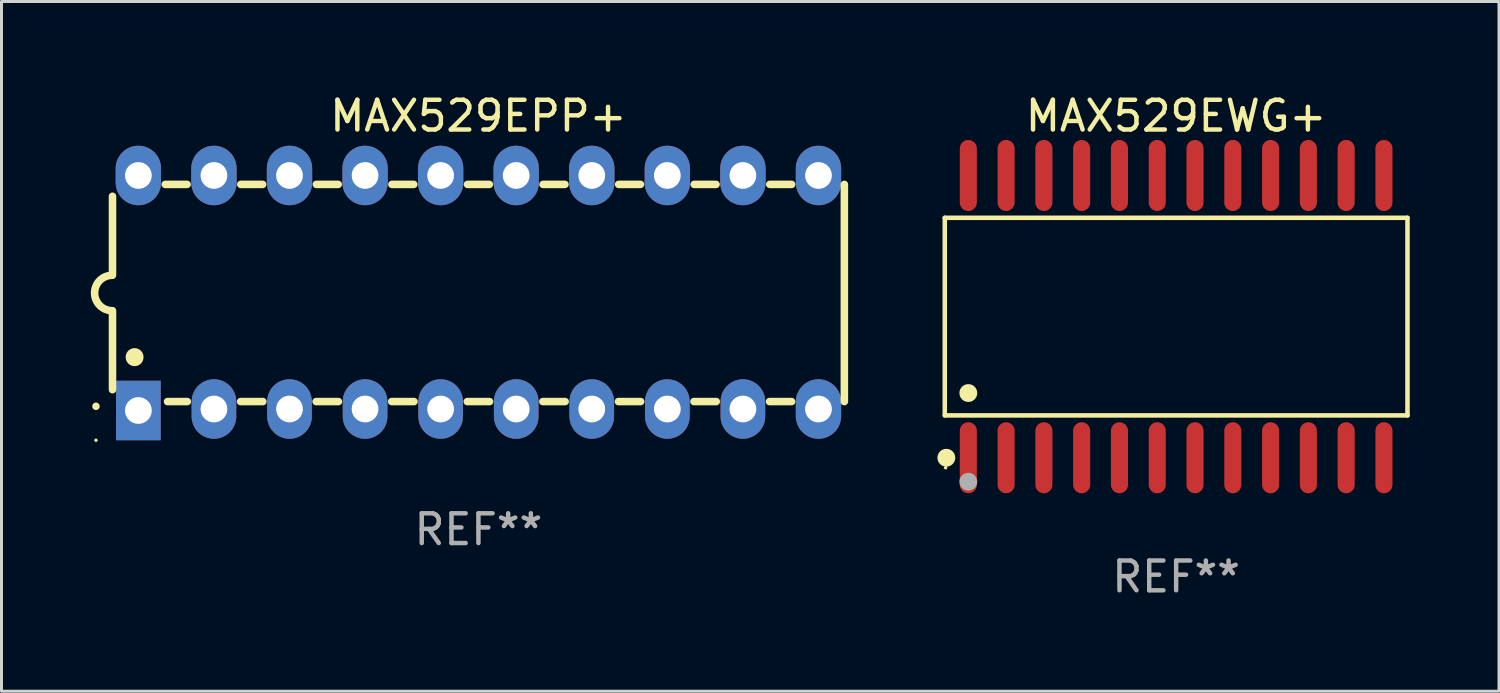
<source format=kicad_pcb>
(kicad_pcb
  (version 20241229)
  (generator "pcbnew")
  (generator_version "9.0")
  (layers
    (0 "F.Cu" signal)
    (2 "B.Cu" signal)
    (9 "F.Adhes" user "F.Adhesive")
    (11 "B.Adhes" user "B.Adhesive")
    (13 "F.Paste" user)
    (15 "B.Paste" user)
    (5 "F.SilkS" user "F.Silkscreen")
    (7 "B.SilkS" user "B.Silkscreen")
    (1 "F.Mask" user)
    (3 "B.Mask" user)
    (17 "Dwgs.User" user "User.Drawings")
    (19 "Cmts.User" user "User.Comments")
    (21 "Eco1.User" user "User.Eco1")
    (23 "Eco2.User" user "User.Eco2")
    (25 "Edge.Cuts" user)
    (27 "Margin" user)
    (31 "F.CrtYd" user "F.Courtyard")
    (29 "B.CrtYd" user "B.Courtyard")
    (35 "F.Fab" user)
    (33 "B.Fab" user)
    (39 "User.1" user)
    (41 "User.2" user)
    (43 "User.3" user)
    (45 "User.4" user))
  (footprint "MAX529EWG+"
    (layer "F.Cu")
    (at 36.483 7.592)
    (property "Reference" "MAX529EWG+" (at 0 -6.744 0) (layer "F.SilkS") (effects (font (size 1 1) (thickness 0.15))))
    (attr through_hole)
    (fp_line (start -7.776 -3.321) (end 7.776 -3.321) (stroke (width 0.152) (type solid)) (layer "F.SilkS"))
    (fp_line (start -7.776 3.321) (end -7.776 -3.321) (stroke (width 0.152) (type solid)) (layer "F.SilkS"))
    (fp_line (start 7.776 -3.321) (end 7.776 3.321) (stroke (width 0.152) (type solid)) (layer "F.SilkS"))
    (fp_line (start 7.776 3.321) (end -7.776 3.321) (stroke (width 0.152) (type solid)) (layer "F.SilkS"))
    (fp_circle (center -7.747 5.08) (end -7.717 5.08) (stroke (width 0.06) (type solid)) (fill no) (layer "F.SilkS"))
    (fp_circle (center -7.724 4.744) (end -7.574 4.744) (stroke (width 0.3) (type solid)) (fill no) (layer "F.SilkS"))
    (fp_circle (center -6.985 2.569) (end -6.835 2.569) (stroke (width 0.3) (type solid)) (fill no) (layer "F.SilkS"))
    (fp_circle (center -6.985 5.55) (end -6.835 5.55) (stroke (width 0.3) (type solid)) (fill no) (layer "F.Fab"))
    (fp_text user "REF**" (at 0 8.744 0) (layer "F.Fab") (effects (font (size 1 1) (thickness 0.15))))
    (pad "1" smd oval (at -6.985 4.744) (size 0.574 2.388) (layers "F.Cu" "F.Mask" "F.Paste"))
    (pad "2" smd oval (at -5.715 4.744) (size 0.574 2.388) (layers "F.Cu" "F.Mask" "F.Paste"))
    (pad "3" smd oval (at -4.445 4.744) (size 0.574 2.388) (layers "F.Cu" "F.Mask" "F.Paste"))
    (pad "4" smd oval (at -3.175 4.744) (size 0.574 2.388) (layers "F.Cu" "F.Mask" "F.Paste"))
    (pad "5" smd oval (at -1.905 4.744) (size 0.574 2.388) (layers "F.Cu" "F.Mask" "F.Paste"))
    (pad "6" smd oval (at -0.635 4.744) (size 0.574 2.388) (layers "F.Cu" "F.Mask" "F.Paste"))
    (pad "7" smd oval (at 0.635 4.744) (size 0.574 2.388) (layers "F.Cu" "F.Mask" "F.Paste"))
    (pad "8" smd oval (at 1.905 4.744) (size 0.574 2.388) (layers "F.Cu" "F.Mask" "F.Paste"))
    (pad "9" smd oval (at 3.175 4.744) (size 0.574 2.388) (layers "F.Cu" "F.Mask" "F.Paste"))
    (pad "10" smd oval (at 4.445 4.744) (size 0.574 2.388) (layers "F.Cu" "F.Mask" "F.Paste"))
    (pad "11" smd oval (at 5.715 4.744) (size 0.574 2.388) (layers "F.Cu" "F.Mask" "F.Paste"))
    (pad "12" smd oval (at 6.985 4.744) (size 0.574 2.388) (layers "F.Cu" "F.Mask" "F.Paste"))
    (pad "13" smd oval (at 6.985 -4.744) (size 0.574 2.388) (layers "F.Cu" "F.Mask" "F.Paste"))
    (pad "14" smd oval (at 5.715 -4.744) (size 0.574 2.388) (layers "F.Cu" "F.Mask" "F.Paste"))
    (pad "15" smd oval (at 4.445 -4.744) (size 0.574 2.388) (layers "F.Cu" "F.Mask" "F.Paste"))
    (pad "16" smd oval (at 3.175 -4.744) (size 0.574 2.388) (layers "F.Cu" "F.Mask" "F.Paste"))
    (pad "17" smd oval (at 1.905 -4.744) (size 0.574 2.388) (layers "F.Cu" "F.Mask" "F.Paste"))
    (pad "18" smd oval (at 0.635 -4.744) (size 0.574 2.388) (layers "F.Cu" "F.Mask" "F.Paste"))
    (pad "19" smd oval (at -0.635 -4.744) (size 0.574 2.388) (layers "F.Cu" "F.Mask" "F.Paste"))
    (pad "20" smd oval (at -1.905 -4.744) (size 0.574 2.388) (layers "F.Cu" "F.Mask" "F.Paste"))
    (pad "21" smd oval (at -3.175 -4.744) (size 0.574 2.388) (layers "F.Cu" "F.Mask" "F.Paste"))
    (pad "22" smd oval (at -4.445 -4.744) (size 0.574 2.388) (layers "F.Cu" "F.Mask" "F.Paste"))
    (pad "23" smd oval (at -5.715 -4.744) (size 0.574 2.388) (layers "F.Cu" "F.Mask" "F.Paste"))
    (pad "24" smd oval (at -6.985 -4.744) (size 0.574 2.388) (layers "F.Cu" "F.Mask" "F.Paste")))
  (footprint "MAX529EPP+"
    (layer "F.Cu")
    (at 13.031 6.798)
    (property "Reference" "MAX529EPP+" (at 0 -5.95 0) (layer "F.SilkS") (effects (font (size 1 1) (thickness 0.15))))
    (attr through_hole)
    (fp_line (start -12.3 -0.6) (end -12.3 -3.25) (stroke (width 0.254) (type solid)) (layer "F.SilkS"))
    (fp_line (start -12.3 3.25) (end -12.3 0.6) (stroke (width 0.254) (type solid)) (layer "F.SilkS"))
    (fp_line (start -10.527 -3.65) (end -9.793 -3.65) (stroke (width 0.254) (type solid)) (layer "F.SilkS"))
    (fp_line (start -10.449 3.65) (end -9.786 3.65) (stroke (width 0.254) (type solid)) (layer "F.SilkS"))
    (fp_line (start -7.994 3.65) (end -7.246 3.65) (stroke (width 0.254) (type solid)) (layer "F.SilkS"))
    (fp_line (start -7.987 -3.65) (end -7.253 -3.65) (stroke (width 0.254) (type solid)) (layer "F.SilkS"))
    (fp_line (start -5.454 3.65) (end -4.706 3.65) (stroke (width 0.254) (type solid)) (layer "F.SilkS"))
    (fp_line (start -5.447 -3.65) (end -4.713 -3.65) (stroke (width 0.254) (type solid)) (layer "F.SilkS"))
    (fp_line (start -2.914 3.65) (end -2.166 3.65) (stroke (width 0.254) (type solid)) (layer "F.SilkS"))
    (fp_line (start -2.907 -3.65) (end -2.173 -3.65) (stroke (width 0.254) (type solid)) (layer "F.SilkS"))
    (fp_line (start -0.374 3.65) (end 0.374 3.65) (stroke (width 0.254) (type solid)) (layer "F.SilkS"))
    (fp_line (start -0.367 -3.65) (end 0.367 -3.65) (stroke (width 0.254) (type solid)) (layer "F.SilkS"))
    (fp_line (start 2.166 3.65) (end 2.914 3.65) (stroke (width 0.254) (type solid)) (layer "F.SilkS"))
    (fp_line (start 2.173 -3.65) (end 2.907 -3.65) (stroke (width 0.254) (type solid)) (layer "F.SilkS"))
    (fp_line (start 4.706 3.65) (end 5.454 3.65) (stroke (width 0.254) (type solid)) (layer "F.SilkS"))
    (fp_line (start 4.713 -3.65) (end 5.447 -3.65) (stroke (width 0.254) (type solid)) (layer "F.SilkS"))
    (fp_line (start 7.246 3.65) (end 7.994 3.65) (stroke (width 0.254) (type solid)) (layer "F.SilkS"))
    (fp_line (start 7.253 -3.65) (end 7.987 -3.65) (stroke (width 0.254) (type solid)) (layer "F.SilkS"))
    (fp_line (start 9.786 3.65) (end 10.527 3.65) (stroke (width 0.254) (type solid)) (layer "F.SilkS"))
    (fp_line (start 9.793 -3.65) (end 10.527 -3.65) (stroke (width 0.254) (type solid)) (layer "F.SilkS"))
    (fp_line (start 12.3 -3.65) (end 12.3 3.65) (stroke (width 0.254) (type solid)) (layer "F.SilkS"))
    (fp_arc (start -12.854966 3.809881) (mid -12.854973 3.808611) (end -12.854966 3.807341) (stroke (width 0.25) (type solid)) (layer "F.SilkS"))
    (fp_arc (start -12.313894 0.594742) (mid -12.903982 -0.000152) (end -12.313894 -0.595046) (stroke (width 0.254001) (type solid)) (layer "F.SilkS"))
    (fp_arc (start -11.557023 2.158877) (mid -11.557034 2.156337) (end -11.557023 2.153797) (stroke (width 0.6) (type solid)) (layer "F.SilkS"))
    (fp_circle (center -12.855 4.95) (end -12.825 4.95) (stroke (width 0.06) (type solid)) (fill no) (layer "F.SilkS"))
    (fp_text user "REF**" (at 0 7.95 0) (layer "F.Fab") (effects (font (size 1 1) (thickness 0.15))))
    (pad "1" thru_hole rect (at -11.43 3.95 90) (size 2 1.5) (drill 0.9) (layers "*.Cu" "*.Mask"))
    (pad "2" thru_hole oval (at -8.89 3.9 90) (size 2 1.5) (drill 0.9) (layers "*.Cu" "*.Mask"))
    (pad "3" thru_hole oval (at -6.35 3.9 90) (size 2 1.5) (drill 0.9) (layers "*.Cu" "*.Mask"))
    (pad "4" thru_hole oval (at -3.81 3.9 90) (size 2 1.5) (drill 0.9) (layers "*.Cu" "*.Mask"))
    (pad "5" thru_hole oval (at -1.27 3.9 90) (size 2 1.5) (drill 0.9) (layers "*.Cu" "*.Mask"))
    (pad "6" thru_hole oval (at 1.27 3.9 90) (size 2 1.5) (drill 0.9) (layers "*.Cu" "*.Mask"))
    (pad "7" thru_hole oval (at 3.81 3.9 90) (size 2 1.5) (drill 0.9) (layers "*.Cu" "*.Mask"))
    (pad "8" thru_hole oval (at 6.35 3.9 90) (size 2 1.5) (drill 0.9) (layers "*.Cu" "*.Mask"))
    (pad "9" thru_hole oval (at 8.89 3.9 90) (size 2 1.5) (drill 0.9) (layers "*.Cu" "*.Mask"))
    (pad "10" thru_hole oval (at 11.43 3.9 90) (size 2 1.524) (drill 0.9) (layers "*.Cu" "*.Mask"))
    (pad "11" thru_hole oval (at 11.43 -3.95 90) (size 2 1.524) (drill 0.9) (layers "*.Cu" "*.Mask"))
    (pad "12" thru_hole oval (at 8.89 -3.95 90) (size 2 1.524) (drill 0.9) (layers "*.Cu" "*.Mask"))
    (pad "13" thru_hole oval (at 6.35 -3.95 90) (size 2 1.524) (drill 0.9) (layers "*.Cu" "*.Mask"))
    (pad "14" thru_hole oval (at 3.81 -3.95 90) (size 2 1.524) (drill 0.9) (layers "*.Cu" "*.Mask"))
    (pad "15" thru_hole oval (at 1.27 -3.95 90) (size 2 1.524) (drill 0.9) (layers "*.Cu" "*.Mask"))
    (pad "16" thru_hole oval (at -1.27 -3.95 90) (size 2 1.524) (drill 0.9) (layers "*.Cu" "*.Mask"))
    (pad "17" thru_hole oval (at -3.81 -3.95 90) (size 2 1.524) (drill 0.9) (layers "*.Cu" "*.Mask"))
    (pad "18" thru_hole oval (at -6.35 -3.95 90) (size 2 1.524) (drill 0.9) (layers "*.Cu" "*.Mask"))
    (pad "19" thru_hole oval (at -8.89 -3.95 90) (size 2 1.524) (drill 0.9) (layers "*.Cu" "*.Mask"))
    (pad "20" thru_hole oval (at -11.43 -3.95 90) (size 2 1.524) (drill 0.9) (layers "*.Cu" "*.Mask")))
  (gr_rect
    (start -3 -3)
    (end 47.335 20.184)
    (stroke (width 0.1) (type default))
    (fill no)
    (layer "Edge.Cuts")))
</source>
